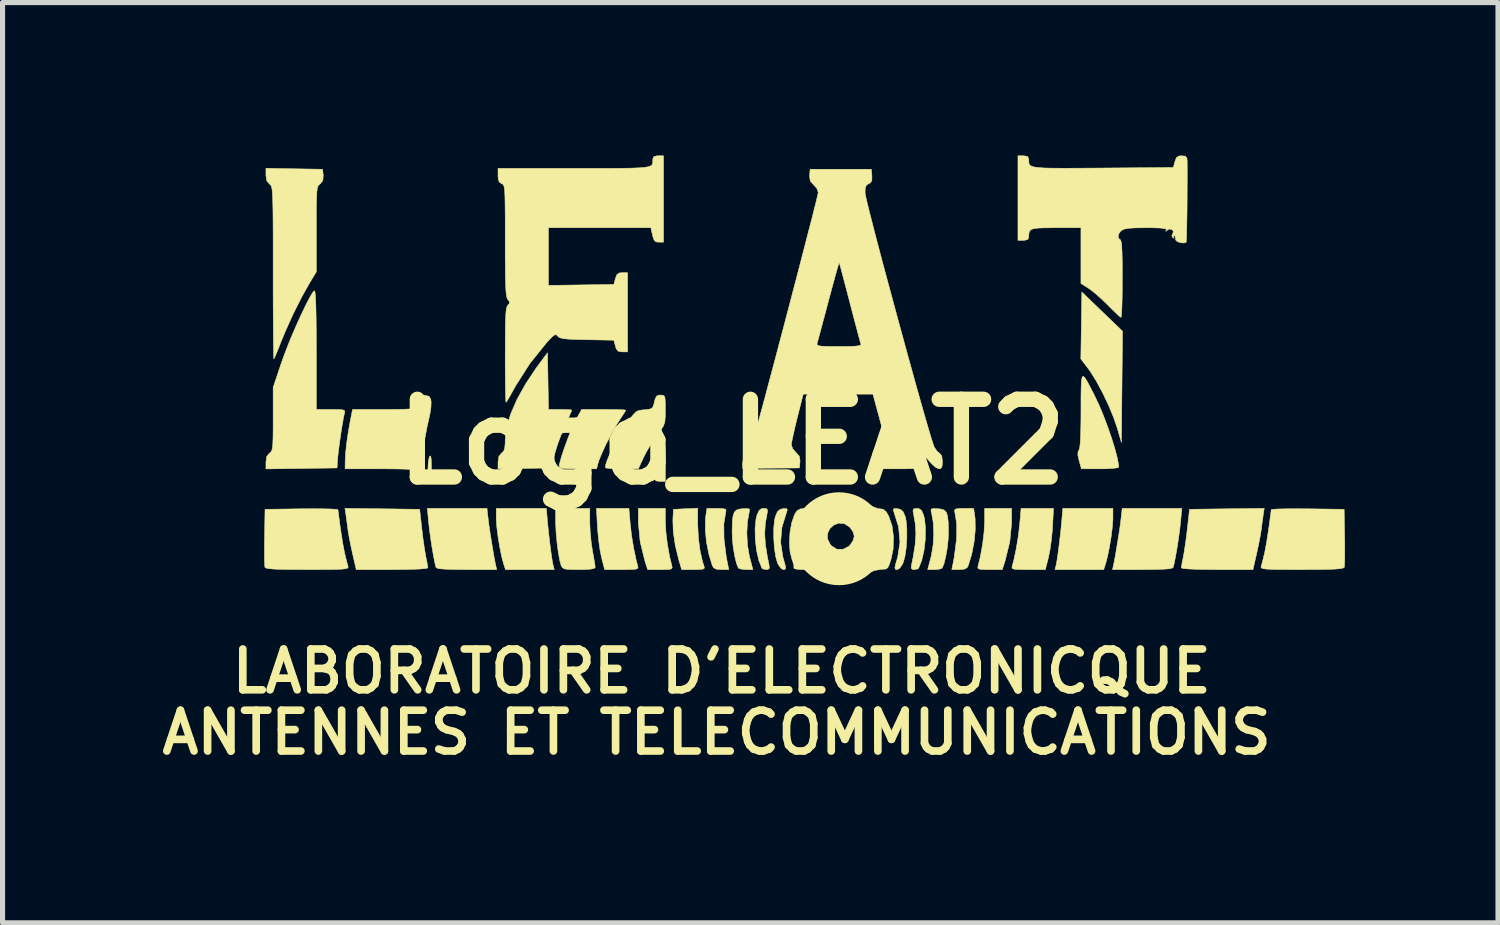
<source format=kicad_pcb>
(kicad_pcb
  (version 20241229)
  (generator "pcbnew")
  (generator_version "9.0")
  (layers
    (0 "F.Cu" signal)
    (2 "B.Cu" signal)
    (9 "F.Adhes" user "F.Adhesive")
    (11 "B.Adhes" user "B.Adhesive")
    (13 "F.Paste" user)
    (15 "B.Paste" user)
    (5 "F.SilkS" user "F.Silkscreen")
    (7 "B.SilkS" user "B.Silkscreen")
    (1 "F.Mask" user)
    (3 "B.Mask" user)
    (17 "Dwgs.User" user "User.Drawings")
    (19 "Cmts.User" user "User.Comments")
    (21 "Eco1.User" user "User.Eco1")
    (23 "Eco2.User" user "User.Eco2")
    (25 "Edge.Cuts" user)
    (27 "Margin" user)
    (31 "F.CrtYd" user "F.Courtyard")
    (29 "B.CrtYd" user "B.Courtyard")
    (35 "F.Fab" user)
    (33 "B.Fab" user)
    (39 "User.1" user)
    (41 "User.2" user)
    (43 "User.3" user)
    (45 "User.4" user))
  (footprint "Logo_LEAT2"
    (layer "F.Cu")
    (at 11.302 5.614)
    (property "Reference" "Logo_LEAT2" (at 0 0 0) (layer "F.SilkS") (effects (font (size 1.524 1.524) (thickness 0.3))))
    (attr through_hole)
    (fp_circle (center 2.1 1.9) (end 2.32 1.078) (stroke (width 0.12) (type solid)) (fill no) (layer "F.SilkS"))
    (fp_poly (pts (xy 7.659 -2.17) (xy 7.648 -1.079) (xy 7.638 0.012) (xy 7.557 -0.267) (xy 7.484 -0.48) (xy 7.384 -0.72) (xy 7.267 -0.965) (xy 7.144 -1.193) (xy 7.026 -1.383) (xy 6.985 -1.439) (xy 6.842 -1.626) (xy 6.852 -2.282) (xy 6.862 -2.937) (xy 7.659 -2.17)) (stroke (width 0.01) (type solid)) (fill yes) (layer "F.SilkS"))
    (fp_poly (pts (xy -5.897 0.335) (xy -5.892 0.459) (xy -5.892 0.483) (xy -5.896 0.61) (xy -5.908 0.708) (xy -5.925 0.757) (xy -5.927 0.758) (xy -5.947 0.739) (xy -5.959 0.657) (xy -5.961 0.558) (xy -5.956 0.432) (xy -5.942 0.331) (xy -5.927 0.282) (xy -5.908 0.277) (xy -5.897 0.335)) (stroke (width 0.01) (type solid)) (fill yes) (layer "F.SilkS"))
    (fp_poly (pts (xy -1.305 1.567) (xy -1.294 1.775) (xy -1.264 2.016) (xy -1.221 2.255) (xy -1.179 2.425) (xy -1.171 2.467) (xy -1.185 2.49) (xy -1.236 2.501) (xy -1.337 2.505) (xy -1.404 2.505) (xy -1.652 2.505) (xy -1.706 2.337) (xy -1.799 1.959) (xy -1.834 1.593) (xy -1.834 1.55) (xy -1.834 1.305) (xy -1.305 1.305) (xy -1.305 1.567)) (stroke (width 0.01) (type solid)) (fill yes) (layer "F.SilkS"))
    (fp_poly (pts (xy 4.955 1.567) (xy 4.944 1.775) (xy 4.914 2.016) (xy 4.871 2.255) (xy 4.829 2.425) (xy 4.821 2.467) (xy 4.835 2.49) (xy 4.886 2.501) (xy 4.987 2.505) (xy 5.054 2.505) (xy 5.302 2.505) (xy 5.356 2.337) (xy 5.449 1.959) (xy 5.484 1.593) (xy 5.484 1.55) (xy 5.484 1.305) (xy 4.955 1.305) (xy 4.955 1.567)) (stroke (width 0.01) (type solid)) (fill yes) (layer "F.SilkS"))
    (fp_poly (pts (xy -3.618 1.543) (xy -3.6 1.732) (xy -3.578 1.927) (xy -3.555 2.113) (xy -3.533 2.272) (xy -3.514 2.387) (xy -3.505 2.425) (xy -3.484 2.505) (xy -4.44 2.505) (xy -4.478 2.388) (xy -4.515 2.25) (xy -4.552 2.067) (xy -4.585 1.867) (xy -4.609 1.676) (xy -4.621 1.519) (xy -4.621 1.49) (xy -4.621 1.305) (xy -3.639 1.305) (xy -3.618 1.543)) (stroke (width 0.01) (type solid)) (fill yes) (layer "F.SilkS"))
    (fp_poly (pts (xy -0.67 1.63) (xy -0.658 1.88) (xy -0.626 2.126) (xy -0.578 2.343) (xy -0.545 2.443) (xy -0.54 2.476) (xy -0.565 2.495) (xy -0.634 2.503) (xy -0.753 2.505) (xy -0.985 2.505) (xy -1.04 2.321) (xy -1.109 2.039) (xy -1.15 1.768) (xy -1.158 1.531) (xy -1.157 1.517) (xy -1.147 1.323) (xy -0.908 1.312) (xy -0.67 1.302) (xy -0.67 1.63)) (stroke (width 0.01) (type solid)) (fill yes) (layer "F.SilkS"))
    (fp_poly (pts (xy 6.468 1.543) (xy 6.45 1.732) (xy 6.428 1.927) (xy 6.405 2.113) (xy 6.383 2.272) (xy 6.364 2.387) (xy 6.355 2.425) (xy 6.334 2.505) (xy 7.29 2.505) (xy 7.328 2.388) (xy 7.365 2.25) (xy 7.402 2.067) (xy 7.435 1.867) (xy 7.459 1.676) (xy 7.471 1.519) (xy 7.471 1.49) (xy 7.471 1.305) (xy 6.489 1.305) (xy 6.468 1.543)) (stroke (width 0.01) (type solid)) (fill yes) (layer "F.SilkS"))
    (fp_poly (pts (xy -1.995 1.596) (xy -1.968 1.837) (xy -1.926 2.09) (xy -1.877 2.322) (xy -1.849 2.425) (xy -1.841 2.462) (xy -1.851 2.485) (xy -1.892 2.498) (xy -1.975 2.503) (xy -2.113 2.505) (xy -2.161 2.505) (xy -2.496 2.505) (xy -2.557 2.267) (xy -2.586 2.122) (xy -2.612 1.938) (xy -2.631 1.746) (xy -2.637 1.667) (xy -2.656 1.305) (xy -2.02 1.305) (xy -1.995 1.596)) (stroke (width 0.01) (type solid)) (fill yes) (layer "F.SilkS"))
    (fp_poly (pts (xy 5.645 1.596) (xy 5.618 1.837) (xy 5.576 2.09) (xy 5.527 2.322) (xy 5.499 2.425) (xy 5.491 2.462) (xy 5.501 2.485) (xy 5.542 2.498) (xy 5.625 2.503) (xy 5.763 2.505) (xy 5.811 2.505) (xy 6.146 2.505) (xy 6.207 2.267) (xy 6.236 2.122) (xy 6.262 1.938) (xy 6.282 1.746) (xy 6.287 1.667) (xy 6.306 1.305) (xy 5.67 1.305) (xy 5.645 1.596)) (stroke (width 0.01) (type solid)) (fill yes) (layer "F.SilkS"))
    (fp_poly (pts (xy -1.324 -0.03) (xy -1.313 0.059) (xy -1.307 0.207) (xy -1.305 0.351) (xy -1.305 0.776) (xy -1.411 0.776) (xy -1.489 0.765) (xy -1.516 0.723) (xy -1.517 0.708) (xy -1.534 0.599) (xy -1.58 0.538) (xy -1.613 0.529) (xy -1.649 0.508) (xy -1.642 0.467) (xy -1.607 0.39) (xy -1.551 0.284) (xy -1.485 0.168) (xy -1.421 0.061) (xy -1.368 -0.02) (xy -1.34 -0.053) (xy -1.324 -0.03)) (stroke (width 0.01) (type solid)) (fill yes) (layer "F.SilkS"))
    (fp_poly (pts (xy -0.184 1.308) (xy -0.129 1.32) (xy -0.115 1.347) (xy -0.119 1.367) (xy -0.158 1.607) (xy -0.155 1.903) (xy -0.111 2.253) (xy -0.085 2.39) (xy -0.062 2.505) (xy -0.208 2.505) (xy -0.307 2.497) (xy -0.361 2.468) (xy -0.386 2.421) (xy -0.452 2.204) (xy -0.499 1.962) (xy -0.522 1.723) (xy -0.519 1.513) (xy -0.514 1.466) (xy -0.49 1.305) (xy -0.295 1.305) (xy -0.184 1.308)) (stroke (width 0.01) (type solid)) (fill yes) (layer "F.SilkS"))
    (fp_poly (pts (xy 4.434 1.308) (xy 4.379 1.32) (xy 4.365 1.347) (xy 4.369 1.367) (xy 4.408 1.607) (xy 4.405 1.903) (xy 4.361 2.253) (xy 4.335 2.39) (xy 4.312 2.505) (xy 4.458 2.505) (xy 4.557 2.497) (xy 4.611 2.468) (xy 4.636 2.421) (xy 4.702 2.204) (xy 4.749 1.962) (xy 4.772 1.723) (xy 4.769 1.513) (xy 4.764 1.466) (xy 4.74 1.305) (xy 4.545 1.305) (xy 4.434 1.308)) (stroke (width 0.01) (type solid)) (fill yes) (layer "F.SilkS"))
    (fp_poly (pts (xy 0.686 1.314) (xy 0.7 1.353) (xy 0.691 1.402) (xy 0.655 1.604) (xy 0.643 1.801) (xy 0.657 2.015) (xy 0.697 2.263) (xy 0.727 2.408) (xy 0.735 2.478) (xy 0.705 2.503) (xy 0.676 2.505) (xy 0.611 2.493) (xy 0.589 2.478) (xy 0.528 2.326) (xy 0.483 2.129) (xy 0.458 1.911) (xy 0.454 1.697) (xy 0.473 1.509) (xy 0.493 1.432) (xy 0.532 1.345) (xy 0.584 1.309) (xy 0.624 1.305) (xy 0.686 1.314)) (stroke (width 0.01) (type solid)) (fill yes) (layer "F.SilkS"))
    (fp_poly (pts (xy 3.564 1.314) (xy 3.55 1.353) (xy 3.559 1.402) (xy 3.595 1.604) (xy 3.607 1.801) (xy 3.593 2.015) (xy 3.553 2.263) (xy 3.523 2.408) (xy 3.515 2.478) (xy 3.545 2.503) (xy 3.574 2.505) (xy 3.639 2.493) (xy 3.661 2.478) (xy 3.722 2.326) (xy 3.767 2.129) (xy 3.792 1.911) (xy 3.796 1.697) (xy 3.777 1.509) (xy 3.757 1.432) (xy 3.718 1.345) (xy 3.666 1.309) (xy 3.626 1.305) (xy 3.564 1.314)) (stroke (width 0.01) (type solid)) (fill yes) (layer "F.SilkS"))
    (fp_poly (pts (xy -4.78 1.508) (xy -4.762 1.652) (xy -4.734 1.838) (xy -4.701 2.039) (xy -4.669 2.229) (xy -4.64 2.382) (xy -4.634 2.408) (xy -4.613 2.505) (xy -5.2 2.505) (xy -5.433 2.503) (xy -5.603 2.498) (xy -5.716 2.49) (xy -5.78 2.477) (xy -5.803 2.461) (xy -5.824 2.378) (xy -5.85 2.245) (xy -5.879 2.08) (xy -5.906 1.902) (xy -5.93 1.73) (xy -5.946 1.584) (xy -5.947 1.577) (xy -5.972 1.305) (xy -4.803 1.305) (xy -4.78 1.508)) (stroke (width 0.01) (type solid)) (fill yes) (layer "F.SilkS"))
    (fp_poly (pts (xy 7.63 1.508) (xy 7.612 1.652) (xy 7.584 1.838) (xy 7.551 2.039) (xy 7.519 2.229) (xy 7.49 2.382) (xy 7.484 2.408) (xy 7.463 2.505) (xy 8.05 2.505) (xy 8.283 2.503) (xy 8.453 2.498) (xy 8.566 2.49) (xy 8.63 2.477) (xy 8.653 2.461) (xy 8.674 2.378) (xy 8.7 2.245) (xy 8.729 2.08) (xy 8.756 1.902) (xy 8.78 1.73) (xy 8.796 1.584) (xy 8.797 1.577) (xy 8.822 1.305) (xy 7.653 1.305) (xy 7.63 1.508)) (stroke (width 0.01) (type solid)) (fill yes) (layer "F.SilkS"))
    (fp_poly (pts (xy 1.086 1.334) (xy 1.077 1.364) (xy 0.981 1.673) (xy 0.955 1.969) (xy 0.998 2.253) (xy 1.005 2.279) (xy 1.04 2.399) (xy 1.054 2.466) (xy 1.046 2.497) (xy 1.016 2.505) (xy 1.004 2.505) (xy 0.957 2.475) (xy 0.906 2.401) (xy 0.893 2.372) (xy 0.857 2.245) (xy 0.832 2.074) (xy 0.82 1.883) (xy 0.82 1.697) (xy 0.835 1.539) (xy 0.852 1.464) (xy 0.893 1.369) (xy 0.944 1.325) (xy 1.001 1.311) (xy 1.071 1.309) (xy 1.086 1.334)) (stroke (width 0.01) (type solid)) (fill yes) (layer "F.SilkS"))
    (fp_poly (pts (xy 3.164 1.334) (xy 3.173 1.364) (xy 3.269 1.673) (xy 3.295 1.969) (xy 3.252 2.253) (xy 3.245 2.279) (xy 3.21 2.399) (xy 3.196 2.466) (xy 3.204 2.497) (xy 3.234 2.505) (xy 3.246 2.505) (xy 3.293 2.475) (xy 3.344 2.401) (xy 3.357 2.372) (xy 3.393 2.245) (xy 3.418 2.074) (xy 3.43 1.883) (xy 3.43 1.697) (xy 3.415 1.539) (xy 3.398 1.464) (xy 3.357 1.369) (xy 3.306 1.325) (xy 3.249 1.311) (xy 3.179 1.309) (xy 3.164 1.334)) (stroke (width 0.01) (type solid)) (fill yes) (layer "F.SilkS"))
    (fp_poly (pts (xy -6.856 1.313) (xy -6.123 1.323) (xy -6.081 1.7) (xy -6.06 1.878) (xy -6.035 2.052) (xy -6.012 2.196) (xy -6.001 2.257) (xy -5.979 2.366) (xy -5.965 2.447) (xy -5.962 2.471) (xy -5.996 2.483) (xy -6.093 2.492) (xy -6.246 2.499) (xy -6.448 2.503) (xy -6.665 2.505) (xy -7.367 2.505) (xy -7.438 2.196) (xy -7.474 2.031) (xy -7.506 1.868) (xy -7.528 1.736) (xy -7.531 1.711) (xy -7.548 1.58) (xy -7.565 1.457) (xy -7.57 1.419) (xy -7.588 1.304) (xy -6.856 1.313)) (stroke (width 0.01) (type solid)) (fill yes) (layer "F.SilkS"))
    (fp_poly (pts (xy -2.787 1.584) (xy -2.779 1.769) (xy -2.759 1.975) (xy -2.734 2.14) (xy -2.709 2.276) (xy -2.69 2.387) (xy -2.681 2.454) (xy -2.681 2.461) (xy -2.704 2.483) (xy -2.777 2.497) (xy -2.908 2.504) (xy -2.999 2.505) (xy -3.151 2.504) (xy -3.247 2.498) (xy -3.302 2.484) (xy -3.332 2.458) (xy -3.35 2.421) (xy -3.378 2.316) (xy -3.405 2.162) (xy -3.429 1.979) (xy -3.447 1.788) (xy -3.456 1.609) (xy -3.457 1.55) (xy -3.457 1.305) (xy -2.787 1.305) (xy -2.787 1.584)) (stroke (width 0.01) (type solid)) (fill yes) (layer "F.SilkS"))
    (fp_poly (pts (xy 0.343 1.319) (xy 0.345 1.356) (xy 0.338 1.382) (xy 0.304 1.568) (xy 0.293 1.792) (xy 0.305 2.023) (xy 0.34 2.233) (xy 0.344 2.249) (xy 0.411 2.505) (xy 0.278 2.505) (xy 0.187 2.497) (xy 0.131 2.479) (xy 0.126 2.474) (xy 0.09 2.384) (xy 0.056 2.245) (xy 0.027 2.08) (xy 0.009 1.909) (xy 0.004 1.765) (xy 0.008 1.582) (xy 0.021 1.457) (xy 0.047 1.379) (xy 0.091 1.336) (xy 0.158 1.317) (xy 0.209 1.312) (xy 0.303 1.308) (xy 0.343 1.319)) (stroke (width 0.01) (type solid)) (fill yes) (layer "F.SilkS"))
    (fp_poly (pts (xy 3.907 1.319) (xy 3.905 1.356) (xy 3.912 1.382) (xy 3.946 1.568) (xy 3.957 1.792) (xy 3.945 2.023) (xy 3.91 2.233) (xy 3.906 2.249) (xy 3.839 2.505) (xy 3.972 2.505) (xy 4.063 2.497) (xy 4.119 2.479) (xy 4.124 2.474) (xy 4.16 2.384) (xy 4.194 2.245) (xy 4.223 2.08) (xy 4.241 1.909) (xy 4.246 1.765) (xy 4.242 1.582) (xy 4.229 1.457) (xy 4.203 1.379) (xy 4.159 1.336) (xy 4.092 1.317) (xy 4.041 1.312) (xy 3.947 1.308) (xy 3.907 1.319)) (stroke (width 0.01) (type solid)) (fill yes) (layer "F.SilkS"))
    (fp_poly (pts (xy 9.706 1.313) (xy 8.973 1.323) (xy 8.931 1.7) (xy 8.91 1.878) (xy 8.885 2.052) (xy 8.862 2.196) (xy 8.851 2.257) (xy 8.829 2.366) (xy 8.815 2.447) (xy 8.812 2.471) (xy 8.846 2.483) (xy 8.943 2.492) (xy 9.096 2.499) (xy 9.298 2.503) (xy 9.515 2.505) (xy 10.217 2.505) (xy 10.288 2.196) (xy 10.324 2.031) (xy 10.356 1.868) (xy 10.378 1.736) (xy 10.381 1.711) (xy 10.398 1.58) (xy 10.415 1.457) (xy 10.42 1.419) (xy 10.438 1.304) (xy 9.706 1.313)) (stroke (width 0.01) (type solid)) (fill yes) (layer "F.SilkS"))
    (fp_poly (pts (xy -2.349 -0.634) (xy -2.213 -0.631) (xy -2.119 -0.627) (xy -2.082 -0.621) (xy -2.081 -0.621) (xy -2.1 -0.587) (xy -2.148 -0.511) (xy -2.21 -0.418) (xy -2.29 -0.289) (xy -2.379 -0.128) (xy -2.468 0.046) (xy -2.546 0.214) (xy -2.604 0.355) (xy -2.629 0.432) (xy -2.653 0.529) (xy -3.02 0.529) (xy -3.19 0.527) (xy -3.301 0.521) (xy -3.362 0.508) (xy -3.386 0.487) (xy -3.387 0.479) (xy -3.374 0.404) (xy -3.339 0.281) (xy -3.288 0.128) (xy -3.228 -0.038) (xy -3.165 -0.2) (xy -3.104 -0.341) (xy -3.06 -0.429) (xy -2.947 -0.635) (xy -2.514 -0.635) (xy -2.349 -0.634)) (stroke (width 0.01) (type solid)) (fill yes) (layer "F.SilkS"))
    (fp_poly (pts (xy -3.597 -0.635) (xy -3.368 -0.635) (xy -3.252 -0.633) (xy -3.169 -0.628) (xy -3.14 -0.621) (xy -3.154 -0.585) (xy -3.191 -0.501) (xy -3.244 -0.386) (xy -3.262 -0.348) (xy -3.333 -0.181) (xy -3.406 0.014) (xy -3.465 0.197) (xy -3.47 0.212) (xy -3.555 0.512) (xy -4.071 0.521) (xy -4.586 0.531) (xy -4.586 0.397) (xy -4.57 0.286) (xy -4.518 0.222) (xy -4.516 0.22) (xy -4.476 0.184) (xy -4.455 0.124) (xy -4.446 0.024) (xy -4.445 -0.055) (xy -4.418 -0.281) (xy -4.34 -0.541) (xy -4.216 -0.828) (xy -4.048 -1.131) (xy -3.842 -1.442) (xy -3.786 -1.518) (xy -3.616 -1.746) (xy -3.597 -0.635)) (stroke (width 0.01) (type solid)) (fill yes) (layer "F.SilkS"))
    (fp_poly (pts (xy 6.931 -1.244) (xy 6.985 -1.151) (xy 7.058 -1.011) (xy 7.106 -0.917) (xy 7.194 -0.731) (xy 7.284 -0.518) (xy 7.37 -0.291) (xy 7.447 -0.066) (xy 7.512 0.144) (xy 7.559 0.324) (xy 7.583 0.459) (xy 7.585 0.496) (xy 7.552 0.51) (xy 7.462 0.521) (xy 7.33 0.528) (xy 7.219 0.529) (xy 6.853 0.529) (xy 6.808 0.368) (xy 6.783 0.257) (xy 6.788 0.191) (xy 6.803 0.167) (xy 6.819 0.12) (xy 6.831 0.012) (xy 6.839 -0.159) (xy 6.844 -0.397) (xy 6.845 -0.616) (xy 6.845 -0.878) (xy 6.848 -1.072) (xy 6.855 -1.203) (xy 6.869 -1.273) (xy 6.894 -1.285) (xy 6.931 -1.244)) (stroke (width 0.01) (type solid)) (fill yes) (layer "F.SilkS"))
    (fp_poly (pts (xy -8.035 1.313) (xy -7.881 1.316) (xy -7.775 1.322) (xy -7.727 1.329) (xy -7.725 1.331) (xy -7.72 1.375) (xy -7.707 1.474) (xy -7.689 1.61) (xy -7.673 1.724) (xy -7.635 1.969) (xy -7.597 2.17) (xy -7.553 2.352) (xy -7.527 2.443) (xy -7.526 2.463) (xy -7.54 2.478) (xy -7.577 2.489) (xy -7.646 2.496) (xy -7.754 2.501) (xy -7.911 2.504) (xy -8.124 2.505) (xy -8.324 2.505) (xy -8.598 2.504) (xy -8.808 2.501) (xy -8.962 2.496) (xy -9.066 2.488) (xy -9.128 2.477) (xy -9.155 2.462) (xy -9.157 2.459) (xy -9.162 2.409) (xy -9.166 2.303) (xy -9.167 2.152) (xy -9.166 1.971) (xy -9.164 1.868) (xy -9.155 1.323) (xy -8.44 1.313) (xy -8.224 1.312) (xy -8.035 1.313)) (stroke (width 0.01) (type solid)) (fill yes) (layer "F.SilkS"))
    (fp_poly (pts (xy 10.885 1.313) (xy 10.731 1.316) (xy 10.625 1.322) (xy 10.577 1.329) (xy 10.575 1.331) (xy 10.57 1.375) (xy 10.557 1.474) (xy 10.539 1.61) (xy 10.523 1.724) (xy 10.485 1.969) (xy 10.447 2.17) (xy 10.403 2.352) (xy 10.377 2.443) (xy 10.376 2.463) (xy 10.39 2.478) (xy 10.427 2.489) (xy 10.496 2.496) (xy 10.604 2.501) (xy 10.761 2.504) (xy 10.974 2.505) (xy 11.174 2.505) (xy 11.448 2.504) (xy 11.658 2.501) (xy 11.812 2.496) (xy 11.916 2.488) (xy 11.978 2.477) (xy 12.005 2.462) (xy 12.007 2.459) (xy 12.012 2.409) (xy 12.016 2.303) (xy 12.017 2.152) (xy 12.016 1.971) (xy 12.014 1.868) (xy 12.005 1.323) (xy 11.29 1.313) (xy 11.074 1.312) (xy 10.885 1.313)) (stroke (width 0.01) (type solid)) (fill yes) (layer "F.SilkS"))
    (fp_poly (pts (xy -6.005 -0.911) (xy -5.936 -0.89) (xy -5.906 -0.836) (xy -5.898 -0.783) (xy -5.901 -0.687) (xy -5.92 -0.555) (xy -5.947 -0.43) (xy -5.978 -0.294) (xy -6.012 -0.115) (xy -6.046 0.081) (xy -6.066 0.21) (xy -6.091 0.364) (xy -6.116 0.483) (xy -6.137 0.557) (xy -6.151 0.572) (xy -6.184 0.556) (xy -6.262 0.544) (xy -6.392 0.536) (xy -6.58 0.531) (xy -6.831 0.529) (xy -6.881 0.529) (xy -7.585 0.529) (xy -7.584 0.379) (xy -7.576 0.233) (xy -7.556 0.041) (xy -7.525 -0.174) (xy -7.488 -0.389) (xy -7.476 -0.45) (xy -7.439 -0.635) (xy -6.805 -0.635) (xy -6.563 -0.636) (xy -6.385 -0.641) (xy -6.263 -0.648) (xy -6.19 -0.66) (xy -6.159 -0.676) (xy -6.158 -0.679) (xy -6.14 -0.745) (xy -6.122 -0.822) (xy -6.095 -0.893) (xy -6.041 -0.913) (xy -6.005 -0.911)) (stroke (width 0.01) (type solid)) (fill yes) (layer "F.SilkS"))
    (fp_poly (pts (xy -1.351 -0.914) (xy -1.324 -0.896) (xy -1.311 -0.849) (xy -1.306 -0.758) (xy -1.305 -0.631) (xy -1.307 -0.488) (xy -1.316 -0.39) (xy -1.342 -0.313) (xy -1.393 -0.231) (xy -1.469 -0.128) (xy -1.569 0.016) (xy -1.667 0.179) (xy -1.734 0.309) (xy -1.835 0.529) (xy -2.146 0.529) (xy -2.288 0.527) (xy -2.401 0.521) (xy -2.467 0.513) (xy -2.478 0.509) (xy -2.479 0.463) (xy -2.449 0.369) (xy -2.396 0.241) (xy -2.324 0.092) (xy -2.241 -0.065) (xy -2.152 -0.218) (xy -2.088 -0.318) (xy -1.996 -0.452) (xy -1.93 -0.539) (xy -1.878 -0.59) (xy -1.826 -0.615) (xy -1.762 -0.625) (xy -1.719 -0.628) (xy -1.616 -0.639) (xy -1.562 -0.664) (xy -1.537 -0.713) (xy -1.532 -0.734) (xy -1.505 -0.841) (xy -1.478 -0.895) (xy -1.438 -0.915) (xy -1.395 -0.917) (xy -1.351 -0.914)) (stroke (width 0.01) (type solid)) (fill yes) (layer "F.SilkS"))
    (fp_poly (pts (xy -8.174 -2.928) (xy -8.165 -2.825) (xy -8.158 -2.654) (xy -8.153 -2.419) (xy -8.15 -2.12) (xy -8.149 -1.799) (xy -8.149 -0.635) (xy -7.863 -0.635) (xy -7.722 -0.634) (xy -7.638 -0.629) (xy -7.599 -0.615) (xy -7.591 -0.589) (xy -7.599 -0.556) (xy -7.617 -0.471) (xy -7.641 -0.336) (xy -7.667 -0.172) (xy -7.692 0.003) (xy -7.714 0.168) (xy -7.729 0.303) (xy -7.733 0.353) (xy -7.743 0.512) (xy -9.137 0.531) (xy -9.137 0.397) (xy -9.121 0.286) (xy -9.069 0.222) (xy -9.066 0.22) (xy -9.041 0.2) (xy -9.023 0.17) (xy -9.01 0.118) (xy -9.002 0.036) (xy -8.998 -0.088) (xy -8.996 -0.263) (xy -8.996 -0.445) (xy -8.996 -1.066) (xy -8.835 -1.547) (xy -8.771 -1.724) (xy -8.695 -1.921) (xy -8.61 -2.126) (xy -8.521 -2.33) (xy -8.433 -2.522) (xy -8.351 -2.692) (xy -8.28 -2.829) (xy -8.224 -2.923) (xy -8.188 -2.963) (xy -8.185 -2.963) (xy -8.174 -2.928)) (stroke (width 0.01) (type solid)) (fill yes) (layer "F.SilkS"))
    (fp_poly (pts (xy -8.581 -5.354) (xy -8.026 -5.345) (xy -8.014 -5.226) (xy -8.021 -5.126) (xy -8.07 -5.061) (xy -8.076 -5.057) (xy -8.099 -5.038) (xy -8.117 -5.011) (xy -8.13 -4.969) (xy -8.139 -4.901) (xy -8.144 -4.8) (xy -8.148 -4.655) (xy -8.149 -4.459) (xy -8.149 -4.201) (xy -8.149 -4.17) (xy -8.149 -3.334) (xy -8.276 -3.124) (xy -8.438 -2.836) (xy -8.603 -2.508) (xy -8.755 -2.171) (xy -8.836 -1.976) (xy -8.892 -1.834) (xy -8.939 -1.719) (xy -8.971 -1.645) (xy -8.982 -1.626) (xy -8.984 -1.657) (xy -8.987 -1.752) (xy -8.989 -1.904) (xy -8.992 -2.106) (xy -8.993 -2.352) (xy -8.995 -2.635) (xy -8.996 -2.949) (xy -8.996 -3.285) (xy -8.996 -3.31) (xy -8.996 -3.7) (xy -8.996 -4.025) (xy -8.997 -4.292) (xy -8.999 -4.507) (xy -9.002 -4.675) (xy -9.006 -4.802) (xy -9.011 -4.896) (xy -9.019 -4.96) (xy -9.028 -5.003) (xy -9.04 -5.029) (xy -9.054 -5.044) (xy -9.066 -5.053) (xy -9.12 -5.116) (xy -9.137 -5.225) (xy -9.137 -5.23) (xy -9.137 -5.364) (xy -8.581 -5.354)) (stroke (width 0.01) (type solid)) (fill yes) (layer "F.SilkS"))
    (fp_poly (pts (xy 2.32 1.078) (xy 2.422 1.088) (xy 2.5 1.113) (xy 2.578 1.157) (xy 2.634 1.196) (xy 2.757 1.269) (xy 2.864 1.309) (xy 2.902 1.313) (xy 2.97 1.323) (xy 3.023 1.369) (xy 3.075 1.458) (xy 3.14 1.647) (xy 3.169 1.871) (xy 3.161 2.105) (xy 3.122 2.293) (xy 3.086 2.407) (xy 3.055 2.469) (xy 3.014 2.494) (xy 2.949 2.499) (xy 2.93 2.498) (xy 2.793 2.523) (xy 2.626 2.595) (xy 2.601 2.609) (xy 2.388 2.7) (xy 2.171 2.74) (xy 1.971 2.726) (xy 1.901 2.705) (xy 1.782 2.65) (xy 1.669 2.583) (xy 1.666 2.581) (xy 1.549 2.524) (xy 1.396 2.505) (xy 1.377 2.505) (xy 1.279 2.499) (xy 1.222 2.485) (xy 1.215 2.473) (xy 1.215 2.423) (xy 1.19 2.338) (xy 1.18 2.312) (xy 1.14 2.158) (xy 1.127 1.972) (xy 1.131 1.904) (xy 1.875 1.904) (xy 1.929 2.014) (xy 1.946 2.035) (xy 2.053 2.104) (xy 2.173 2.109) (xy 2.289 2.051) (xy 2.312 2.03) (xy 2.372 1.944) (xy 2.399 1.855) (xy 2.399 1.852) (xy 2.374 1.764) (xy 2.315 1.677) (xy 2.312 1.674) (xy 2.206 1.605) (xy 2.097 1.594) (xy 1.999 1.63) (xy 1.921 1.701) (xy 1.876 1.796) (xy 1.875 1.904) (xy 1.131 1.904) (xy 1.139 1.773) (xy 1.173 1.585) (xy 1.227 1.429) (xy 1.275 1.352) (xy 1.337 1.317) (xy 1.413 1.305) (xy 1.497 1.287) (xy 1.609 1.239) (xy 1.697 1.191) (xy 1.796 1.133) (xy 1.88 1.098) (xy 1.975 1.082) (xy 2.104 1.076) (xy 2.172 1.076) (xy 2.32 1.078)) (stroke (width 0.01) (type solid)) (fill yes) (layer "F.SilkS"))
    (fp_poly (pts (xy -1.341 -3.916) (xy -1.43 -3.916) (xy -1.487 -3.921) (xy -1.523 -3.95) (xy -1.548 -4.018) (xy -1.568 -4.101) (xy -1.589 -4.198) (xy -3.598 -4.198) (xy -3.598 -3.068) (xy -2.957 -3.077) (xy -2.315 -3.087) (xy -2.285 -3.201) (xy -2.254 -3.282) (xy -2.202 -3.313) (xy -2.151 -3.316) (xy -2.046 -3.316) (xy -2.046 -1.764) (xy -2.151 -1.764) (xy -2.227 -1.775) (xy -2.268 -1.823) (xy -2.285 -1.879) (xy -2.315 -1.993) (xy -2.842 -2.003) (xy -3.05 -2.007) (xy -3.199 -2.014) (xy -3.3 -2.023) (xy -3.363 -2.038) (xy -3.401 -2.058) (xy -3.416 -2.073) (xy -3.444 -2.1) (xy -3.477 -2.097) (xy -3.527 -2.058) (xy -3.607 -1.974) (xy -3.638 -1.94) (xy -3.963 -1.535) (xy -4.241 -1.099) (xy -4.272 -1.043) (xy -4.339 -0.922) (xy -4.392 -0.83) (xy -4.425 -0.781) (xy -4.43 -0.776) (xy -4.434 -0.81) (xy -4.438 -0.905) (xy -4.441 -1.052) (xy -4.443 -1.242) (xy -4.445 -1.466) (xy -4.445 -1.707) (xy -4.444 -1.993) (xy -4.443 -2.217) (xy -4.439 -2.386) (xy -4.433 -2.509) (xy -4.425 -2.592) (xy -4.413 -2.645) (xy -4.398 -2.675) (xy -4.391 -2.682) (xy -4.356 -2.723) (xy -4.373 -2.765) (xy -4.391 -2.786) (xy -4.407 -2.812) (xy -4.419 -2.856) (xy -4.428 -2.926) (xy -4.435 -3.03) (xy -4.44 -3.175) (xy -4.443 -3.367) (xy -4.445 -3.615) (xy -4.445 -3.926) (xy -4.445 -3.943) (xy -4.445 -4.25) (xy -4.446 -4.494) (xy -4.448 -4.682) (xy -4.451 -4.822) (xy -4.456 -4.921) (xy -4.464 -4.987) (xy -4.475 -5.027) (xy -4.489 -5.049) (xy -4.508 -5.06) (xy -4.516 -5.062) (xy -4.564 -5.096) (xy -4.584 -5.167) (xy -4.586 -5.223) (xy -4.586 -5.362) (xy -3.091 -5.362) (xy -2.721 -5.362) (xy -2.416 -5.362) (xy -2.169 -5.364) (xy -1.974 -5.367) (xy -1.825 -5.373) (xy -1.716 -5.381) (xy -1.64 -5.394) (xy -1.592 -5.411) (xy -1.565 -5.434) (xy -1.554 -5.463) (xy -1.552 -5.499) (xy -1.552 -5.541) (xy -1.534 -5.591) (xy -1.469 -5.609) (xy -1.446 -5.609) (xy -1.341 -5.609) (xy -1.341 -3.916)) (stroke (width 0.01) (type solid)) (fill yes) (layer "F.SilkS"))
    (fp_poly (pts (xy 5.791 -5.599) (xy 5.819 -5.558) (xy 5.821 -5.53) (xy 5.822 -5.487) (xy 5.827 -5.453) (xy 5.843 -5.425) (xy 5.877 -5.404) (xy 5.934 -5.388) (xy 6.022 -5.377) (xy 6.145 -5.369) (xy 6.312 -5.366) (xy 6.528 -5.365) (xy 6.8 -5.366) (xy 7.133 -5.368) (xy 7.268 -5.369) (xy 8.656 -5.38) (xy 8.686 -5.495) (xy 8.717 -5.575) (xy 8.769 -5.606) (xy 8.82 -5.609) (xy 8.895 -5.6) (xy 8.923 -5.558) (xy 8.927 -5.512) (xy 8.928 -5.351) (xy 8.928 -5.159) (xy 8.927 -4.948) (xy 8.926 -4.729) (xy 8.924 -4.515) (xy 8.921 -4.317) (xy 8.918 -4.147) (xy 8.914 -4.016) (xy 8.91 -3.936) (xy 8.908 -3.916) (xy 8.865 -3.899) (xy 8.797 -3.905) (xy 8.732 -3.928) (xy 8.7 -3.959) (xy 8.701 -3.969) (xy 8.692 -4.025) (xy 8.675 -4.041) (xy 8.649 -4.048) (xy 8.661 -4.022) (xy 8.67 -3.992) (xy 8.647 -4.002) (xy 8.624 -4.041) (xy 8.642 -4.073) (xy 8.657 -4.127) (xy 8.625 -4.167) (xy 8.571 -4.172) (xy 8.538 -4.153) (xy 8.506 -4.128) (xy 8.516 -4.154) (xy 8.516 -4.154) (xy 8.512 -4.173) (xy 8.467 -4.186) (xy 8.373 -4.194) (xy 8.221 -4.198) (xy 8.113 -4.198) (xy 7.918 -4.196) (xy 7.781 -4.188) (xy 7.69 -4.171) (xy 7.632 -4.141) (xy 7.596 -4.096) (xy 7.576 -4.051) (xy 7.58 -3.991) (xy 7.605 -3.973) (xy 7.622 -3.955) (xy 7.635 -3.913) (xy 7.644 -3.837) (xy 7.65 -3.718) (xy 7.654 -3.55) (xy 7.655 -3.324) (xy 7.655 -3.194) (xy 7.654 -2.971) (xy 7.651 -2.775) (xy 7.646 -2.615) (xy 7.639 -2.502) (xy 7.632 -2.445) (xy 7.629 -2.44) (xy 7.594 -2.466) (xy 7.523 -2.532) (xy 7.427 -2.625) (xy 7.37 -2.683) (xy 7.248 -2.801) (xy 7.124 -2.911) (xy 7.02 -2.993) (xy 6.991 -3.012) (xy 6.844 -3.105) (xy 6.844 -4.198) (xy 6.354 -4.198) (xy 6.15 -4.197) (xy 6.006 -4.192) (xy 5.911 -4.18) (xy 5.856 -4.156) (xy 5.83 -4.118) (xy 5.821 -4.061) (xy 5.821 -4.019) (xy 5.803 -3.969) (xy 5.738 -3.952) (xy 5.715 -3.951) (xy 5.609 -3.951) (xy 5.609 -5.609) (xy 5.715 -5.609) (xy 5.791 -5.599)) (stroke (width 0.01) (type solid)) (fill yes) (layer "F.SilkS"))
    (fp_poly (pts (xy 2.745 -5.215) (xy 2.744 -5.124) (xy 2.716 -5.078) (xy 2.683 -5.063) (xy 2.636 -5.033) (xy 2.614 -4.971) (xy 2.611 -4.887) (xy 2.62 -4.831) (xy 2.646 -4.713) (xy 2.688 -4.541) (xy 2.744 -4.322) (xy 2.811 -4.061) (xy 2.888 -3.767) (xy 2.973 -3.446) (xy 3.065 -3.104) (xy 3.161 -2.749) (xy 3.259 -2.387) (xy 3.358 -2.025) (xy 3.455 -1.67) (xy 3.55 -1.328) (xy 3.639 -1.007) (xy 3.722 -0.714) (xy 3.796 -0.454) (xy 3.86 -0.235) (xy 3.912 -0.064) (xy 3.949 0.053) (xy 3.97 0.107) (xy 4.022 0.183) (xy 4.073 0.224) (xy 4.115 0.276) (xy 4.128 0.387) (xy 4.121 0.48) (xy 4.097 0.522) (xy 4.06 0.529) (xy 3.999 0.503) (xy 3.923 0.437) (xy 3.888 0.398) (xy 3.821 0.321) (xy 3.777 0.293) (xy 3.737 0.305) (xy 3.725 0.315) (xy 3.686 0.358) (xy 3.703 0.401) (xy 3.721 0.422) (xy 3.764 0.479) (xy 3.775 0.505) (xy 3.742 0.514) (xy 3.651 0.522) (xy 3.516 0.527) (xy 3.35 0.529) (xy 3.316 0.529) (xy 2.857 0.529) (xy 2.857 0.396) (xy 2.881 0.266) (xy 2.928 0.202) (xy 2.969 0.153) (xy 2.99 0.085) (xy 2.991 -0.011) (xy 2.97 -0.147) (xy 2.928 -0.331) (xy 2.88 -0.512) (xy 2.765 -0.935) (xy 1.398 -0.935) (xy 1.282 -0.476) (xy 1.239 -0.3) (xy 1.203 -0.142) (xy 1.177 -0.02) (xy 1.165 0.053) (xy 1.165 0.059) (xy 1.191 0.134) (xy 1.254 0.207) (xy 1.255 0.207) (xy 1.321 0.281) (xy 1.336 0.373) (xy 1.334 0.395) (xy 1.323 0.512) (xy 0.212 0.519) (xy 0.212 0.397) (xy 0.245 0.254) (xy 0.298 0.172) (xy 0.36 0.076) (xy 0.418 -0.051) (xy 0.44 -0.116) (xy 0.47 -0.22) (xy 0.514 -0.38) (xy 0.571 -0.587) (xy 0.638 -0.835) (xy 0.713 -1.118) (xy 0.796 -1.428) (xy 0.884 -1.759) (xy 0.922 -1.906) (xy 1.669 -1.906) (xy 1.688 -1.889) (xy 1.738 -1.878) (xy 1.831 -1.872) (xy 1.977 -1.87) (xy 2.1 -1.87) (xy 2.289 -1.871) (xy 2.417 -1.876) (xy 2.493 -1.885) (xy 2.527 -1.899) (xy 2.529 -1.918) (xy 2.515 -1.965) (xy 2.487 -2.069) (xy 2.446 -2.222) (xy 2.396 -2.411) (xy 2.34 -2.627) (xy 2.311 -2.738) (xy 2.253 -2.96) (xy 2.201 -3.157) (xy 2.158 -3.321) (xy 2.126 -3.441) (xy 2.107 -3.507) (xy 2.104 -3.517) (xy 2.093 -3.487) (xy 2.067 -3.398) (xy 2.028 -3.26) (xy 1.979 -3.082) (xy 1.923 -2.874) (xy 1.892 -2.759) (xy 1.833 -2.534) (xy 1.778 -2.33) (xy 1.732 -2.157) (xy 1.697 -2.026) (xy 1.675 -1.947) (xy 1.671 -1.931) (xy 1.669 -1.906) (xy 0.922 -1.906) (xy 0.975 -2.104) (xy 1.068 -2.457) (xy 1.16 -2.81) (xy 1.251 -3.156) (xy 1.338 -3.49) (xy 1.419 -3.804) (xy 1.493 -4.091) (xy 1.559 -4.344) (xy 1.613 -4.558) (xy 1.655 -4.725) (xy 1.682 -4.838) (xy 1.693 -4.89) (xy 1.693 -4.892) (xy 1.667 -4.967) (xy 1.603 -5.04) (xy 1.603 -5.04) (xy 1.537 -5.114) (xy 1.522 -5.206) (xy 1.523 -5.228) (xy 1.535 -5.345) (xy 2.734 -5.345) (xy 2.745 -5.215)) (stroke (width 0.01) (type solid)) (fill yes) (layer "F.SilkS"))
    (fp_text user "ANTENNES ET TELECOMMUNICATIONS" (at -0.3 5.7 0) (layer "F.SilkS") (effects (font (size 0.8 0.8) (thickness 0.15))))
    (fp_text user "LABORATOIRE D'ELECTRONICQUE" (at -0.2 4.5 0) (layer "F.SilkS") (effects (font (size 0.8 0.8) (thickness 0.15)))))
  (gr_rect
    (start -3 -3)
    (end 26.324 15.045)
    (stroke (width 0.1) (type default))
    (fill no)
    (layer "Edge.Cuts")))
</source>
